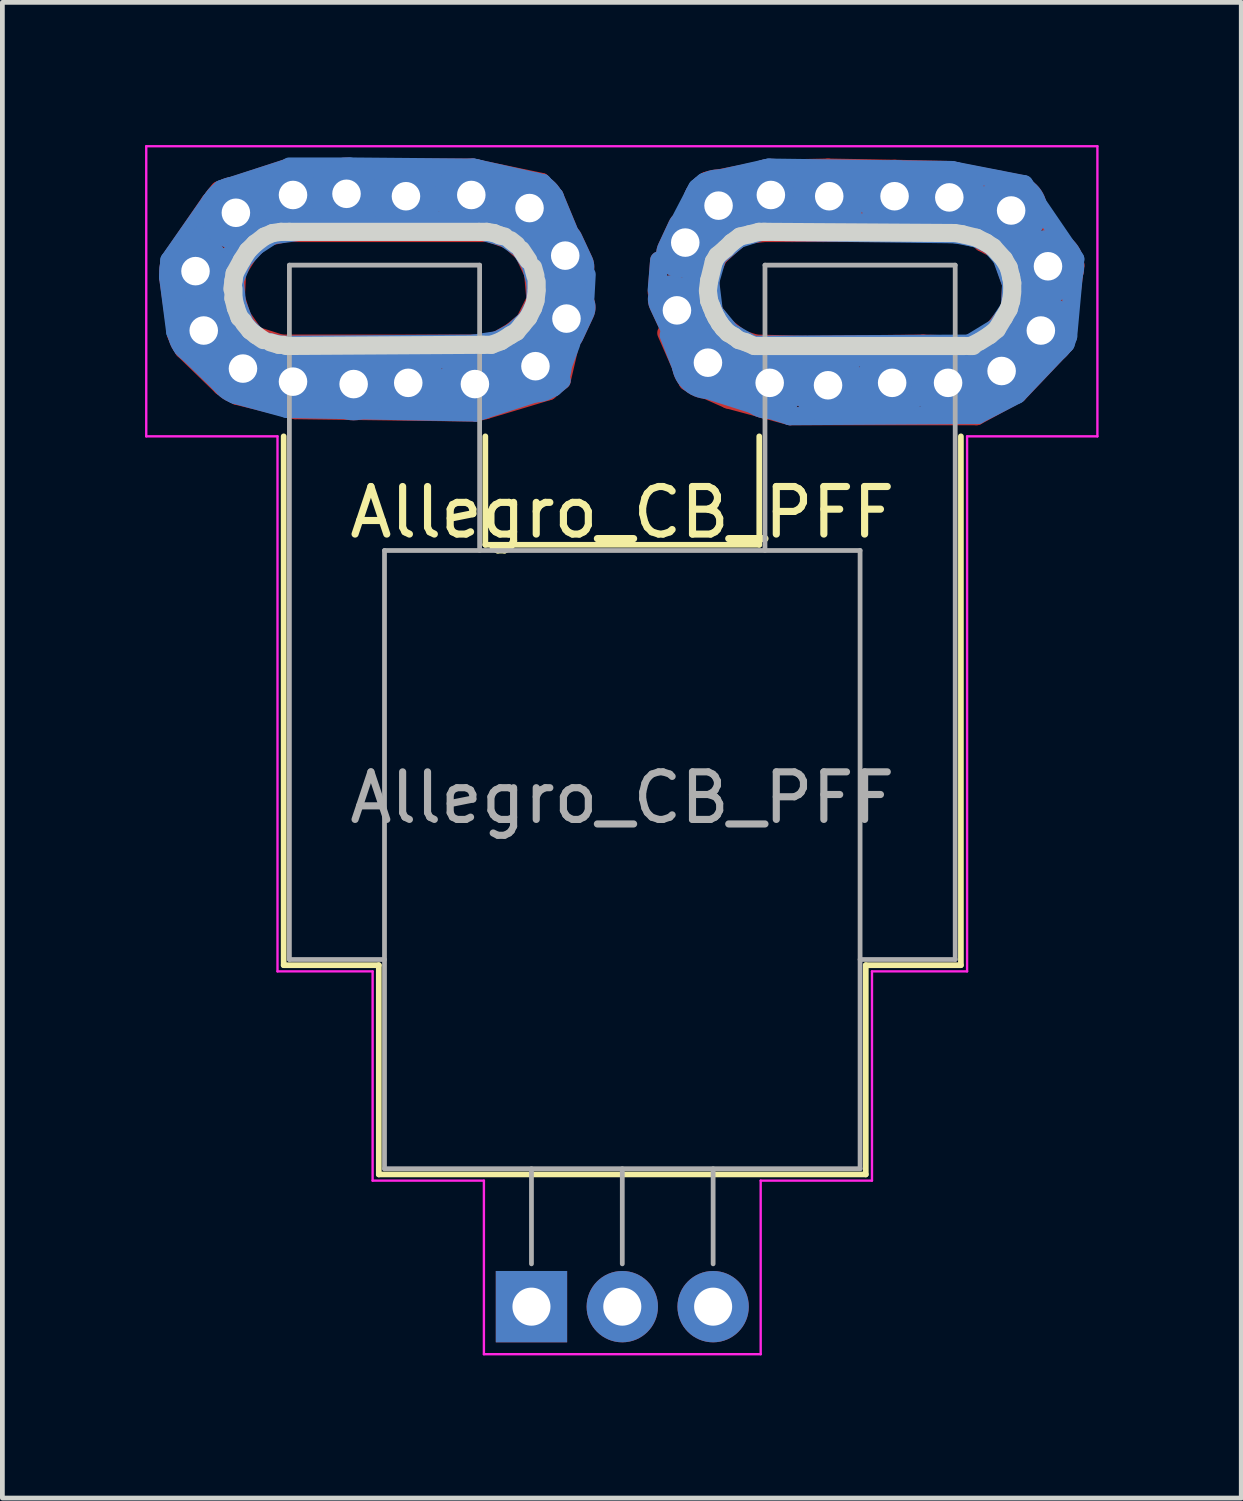
<source format=kicad_pcb>
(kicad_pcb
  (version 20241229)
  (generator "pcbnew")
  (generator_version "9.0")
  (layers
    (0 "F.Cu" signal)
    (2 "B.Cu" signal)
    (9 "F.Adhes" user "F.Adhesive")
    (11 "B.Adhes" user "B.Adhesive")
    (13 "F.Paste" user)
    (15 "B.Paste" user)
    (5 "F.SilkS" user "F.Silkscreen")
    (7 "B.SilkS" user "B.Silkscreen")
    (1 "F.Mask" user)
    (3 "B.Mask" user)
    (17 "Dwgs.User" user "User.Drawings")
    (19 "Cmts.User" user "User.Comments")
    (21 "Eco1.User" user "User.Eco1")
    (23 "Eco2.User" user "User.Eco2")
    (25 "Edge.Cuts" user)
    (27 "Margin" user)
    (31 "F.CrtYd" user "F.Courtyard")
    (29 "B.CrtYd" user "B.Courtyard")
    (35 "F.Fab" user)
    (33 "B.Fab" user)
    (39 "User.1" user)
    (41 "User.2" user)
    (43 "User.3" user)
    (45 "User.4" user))
  (footprint "Allegro_CB_PFF"
    (layer "F.Cu")
    (at 8.125 24.425)
    (property "Reference" "Allegro_CB_PFF" (at 1.91 -16.7 0) (layer "F.SilkS") (effects (font (size 1 1) (thickness 0.15))))
    (attr through_hole)
    (fp_line (start -7.64 -21.65) (end -7.59 -22.026) (stroke (width 0.381) (type solid)) (layer "F.Cu"))
    (fp_line (start -7.59 -22.026) (end -6.764 -23.225) (stroke (width 0.381) (type solid)) (layer "F.Cu"))
    (fp_line (start -7.465 -20.426) (end -7.64 -21.65) (stroke (width 0.381) (type solid)) (layer "F.Cu"))
    (fp_line (start -7.315 -20.126) (end -7.465 -20.426) (stroke (width 0.381) (type solid)) (layer "F.Cu"))
    (fp_line (start -6.815 -22.724) (end -6.99 -22.425) (stroke (width 0.381) (type solid)) (layer "F.Cu"))
    (fp_line (start -6.764 -23.225) (end -6.566 -23.476) (stroke (width 0.381) (type solid)) (layer "F.Cu"))
    (fp_line (start -6.566 -23.476) (end -5.116 -23.951) (stroke (width 0.381) (type solid)) (layer "F.Cu"))
    (fp_line (start -6.515 -19.351) (end -7.315 -20.126) (stroke (width 0.381) (type solid)) (layer "F.Cu"))
    (fp_line (start -6.439 -20.974) (end -5.69 -20.276) (stroke (width 0.381) (type solid)) (layer "F.Cu"))
    (fp_line (start -6.416 -22.074) (end -6.439 -20.974) (stroke (width 0.381) (type solid)) (layer "F.Cu"))
    (fp_line (start -6.215 -21.226) (end -6.19 -21.749) (stroke (width 0.381) (type solid)) (layer "F.Cu"))
    (fp_line (start -6.19 -21.749) (end -5.941 -22.15) (stroke (width 0.381) (type solid)) (layer "F.Cu"))
    (fp_line (start -6.19 -19.151) (end -6.515 -19.351) (stroke (width 0.381) (type solid)) (layer "F.Cu"))
    (fp_line (start -6.091 -20.824) (end -6.215 -21.226) (stroke (width 0.381) (type solid)) (layer "F.Cu"))
    (fp_line (start -5.941 -22.15) (end -5.616 -22.475) (stroke (width 0.381) (type solid)) (layer "F.Cu"))
    (fp_line (start -5.814 -20.426) (end -6.091 -20.824) (stroke (width 0.381) (type solid)) (layer "F.Cu"))
    (fp_line (start -5.69 -20.276) (end -5.039 -20.024) (stroke (width 0.381) (type solid)) (layer "F.Cu"))
    (fp_line (start -5.639 -20.324) (end -5.489 -20.276) (stroke (width 0.381) (type solid)) (layer "F.Cu"))
    (fp_line (start -5.616 -22.475) (end -5.164 -22.575) (stroke (width 0.381) (type solid)) (layer "F.Cu"))
    (fp_line (start -5.466 -22.826) (end -6.416 -22.074) (stroke (width 0.381) (type solid)) (layer "F.Cu"))
    (fp_line (start -5.266 -20.25) (end -5.814 -20.426) (stroke (width 0.381) (type solid)) (layer "F.Cu"))
    (fp_line (start -5.215 -22.575) (end -0.889 -22.575) (stroke (width 0.381) (type solid)) (layer "F.Cu"))
    (fp_line (start -5.215 -20.225) (end -5.09 -20.2) (stroke (width 0.381) (type solid)) (layer "F.Cu"))
    (fp_line (start -5.116 -23.951) (end -1.24 -23.951) (stroke (width 0.381) (type solid)) (layer "F.Cu"))
    (fp_line (start -5.039 -20.024) (end -1.59 -19.925) (stroke (width 0.381) (type solid)) (layer "F.Cu"))
    (fp_line (start -4.966 -18.851) (end -6.19 -19.151) (stroke (width 0.381) (type solid)) (layer "F.Cu"))
    (fp_line (start -3.439 -22.826) (end -5.466 -22.826) (stroke (width 0.381) (type solid)) (layer "F.Cu"))
    (fp_line (start -1.74 -23.776) (end -2.215 -23.776) (stroke (width 0.381) (type solid)) (layer "F.Cu"))
    (fp_line (start -1.74 -19.001) (end -1.989 -19.049) (stroke (width 0.381) (type solid)) (layer "F.Cu"))
    (fp_line (start -1.59 -19.925) (end -0.29 -20.2) (stroke (width 0.381) (type solid)) (layer "F.Cu"))
    (fp_line (start -1.24 -23.951) (end 0.211 -23.649) (stroke (width 0.381) (type solid)) (layer "F.Cu"))
    (fp_line (start -1.166 -18.8) (end -4.966 -18.851) (stroke (width 0.381) (type solid)) (layer "F.Cu"))
    (fp_line (start -1.039 -20.25) (end -5.266 -20.25) (stroke (width 0.381) (type solid)) (layer "F.Cu"))
    (fp_line (start -1.039 -20.225) (end -1.09 -20.225) (stroke (width 0.381) (type solid)) (layer "F.Cu"))
    (fp_line (start -0.965 -18.851) (end -1.166 -18.8) (stroke (width 0.381) (type solid)) (layer "F.Cu"))
    (fp_line (start -0.889 -22.575) (end -0.465 -22.425) (stroke (width 0.381) (type solid)) (layer "F.Cu"))
    (fp_line (start -0.714 -22.801) (end -3.439 -22.826) (stroke (width 0.381) (type solid)) (layer "F.Cu"))
    (fp_line (start -0.714 -20.324) (end -1.039 -20.25) (stroke (width 0.381) (type solid)) (layer "F.Cu"))
    (fp_line (start -0.465 -22.425) (end -0.165 -22.15) (stroke (width 0.381) (type solid)) (layer "F.Cu"))
    (fp_line (start -0.44 -22.425) (end -0.564 -22.501) (stroke (width 0.381) (type solid)) (layer "F.Cu"))
    (fp_line (start -0.414 -20.499) (end -0.714 -20.324) (stroke (width 0.381) (type solid)) (layer "F.Cu"))
    (fp_line (start -0.29 -20.2) (end 0.485 -21.376) (stroke (width 0.381) (type solid)) (layer "F.Cu"))
    (fp_line (start -0.216 -22.224) (end -0.315 -22.326) (stroke (width 0.381) (type solid)) (layer "F.Cu"))
    (fp_line (start -0.191 -22.526) (end -0.615 -22.775) (stroke (width 0.381) (type solid)) (layer "F.Cu"))
    (fp_line (start -0.165 -22.15) (end 0.035 -21.726) (stroke (width 0.381) (type solid)) (layer "F.Cu"))
    (fp_line (start -0.14 -20.725) (end -0.414 -20.499) (stroke (width 0.381) (type solid)) (layer "F.Cu"))
    (fp_line (start 0.035 -21.726) (end 0.084 -21.175) (stroke (width 0.381) (type solid)) (layer "F.Cu"))
    (fp_line (start 0.084 -21.175) (end -0.14 -20.725) (stroke (width 0.381) (type solid)) (layer "F.Cu"))
    (fp_line (start 0.109 -21.551) (end 0.084 -21.675) (stroke (width 0.381) (type solid)) (layer "F.Cu"))
    (fp_line (start 0.211 -23.649) (end 0.485 -23.349) (stroke (width 0.381) (type solid)) (layer "F.Cu"))
    (fp_line (start 0.361 -19.25) (end -0.965 -18.851) (stroke (width 0.381) (type solid)) (layer "F.Cu"))
    (fp_line (start 0.485 -23.349) (end 0.785 -22.625) (stroke (width 0.381) (type solid)) (layer "F.Cu"))
    (fp_line (start 0.485 -21.376) (end -0.191 -22.526) (stroke (width 0.381) (type solid)) (layer "F.Cu"))
    (fp_line (start 0.635 -19.476) (end 0.361 -19.25) (stroke (width 0.381) (type solid)) (layer "F.Cu"))
    (fp_line (start 0.81 -20.225) (end 0.635 -19.476) (stroke (width 0.381) (type solid)) (layer "F.Cu"))
    (fp_line (start 1.135 -21.701) (end 1.11 -21.249) (stroke (width 0.381) (type solid)) (layer "F.Cu"))
    (fp_line (start 2.685 -22) (end 2.634 -21.325) (stroke (width 0.381) (type solid)) (layer "F.Cu"))
    (fp_line (start 2.835 -20.474) (end 3.284 -19.45) (stroke (width 0.381) (type solid)) (layer "F.Cu"))
    (fp_line (start 3.284 -19.45) (end 4.135 -19.074) (stroke (width 0.381) (type solid)) (layer "F.Cu"))
    (fp_line (start 3.386 -21.574) (end 3.711 -20.576) (stroke (width 0.381) (type solid)) (layer "F.Cu"))
    (fp_line (start 3.685 -23.674) (end 3.185 -22.9) (stroke (width 0.381) (type solid)) (layer "F.Cu"))
    (fp_line (start 3.711 -20.576) (end 4.534 -20.024) (stroke (width 0.381) (type solid)) (layer "F.Cu"))
    (fp_line (start 3.759 -21.701) (end 3.759 -21.325) (stroke (width 0.381) (type solid)) (layer "F.Cu"))
    (fp_line (start 3.759 -21.325) (end 3.835 -20.926) (stroke (width 0.381) (type solid)) (layer "F.Cu"))
    (fp_line (start 3.835 -22.351) (end 3.386 -21.574) (stroke (width 0.381) (type solid)) (layer "F.Cu"))
    (fp_line (start 3.835 -20.926) (end 4.059 -20.624) (stroke (width 0.381) (type solid)) (layer "F.Cu"))
    (fp_line (start 3.934 -22.074) (end 3.759 -21.701) (stroke (width 0.381) (type solid)) (layer "F.Cu"))
    (fp_line (start 4.059 -20.624) (end 4.409 -20.349) (stroke (width 0.381) (type solid)) (layer "F.Cu"))
    (fp_line (start 4.135 -19.074) (end 5.436 -18.724) (stroke (width 0.381) (type solid)) (layer "F.Cu"))
    (fp_line (start 4.234 -22.351) (end 3.934 -22.074) (stroke (width 0.381) (type solid)) (layer "F.Cu"))
    (fp_line (start 4.409 -20.349) (end 4.709 -20.25) (stroke (width 0.381) (type solid)) (layer "F.Cu"))
    (fp_line (start 4.46 -22.526) (end 4.234 -22.351) (stroke (width 0.381) (type solid)) (layer "F.Cu"))
    (fp_line (start 4.534 -20.024) (end 5.959 -19.999) (stroke (width 0.381) (type solid)) (layer "F.Cu"))
    (fp_line (start 4.585 -19.151) (end 4.011 -19.326) (stroke (width 0.381) (type solid)) (layer "F.Cu"))
    (fp_line (start 4.661 -22.775) (end 3.835 -22.351) (stroke (width 0.381) (type solid)) (layer "F.Cu"))
    (fp_line (start 4.709 -20.25) (end 5.761 -20.225) (stroke (width 0.381) (type solid)) (layer "F.Cu"))
    (fp_line (start 4.884 -22.575) (end 4.46 -22.526) (stroke (width 0.381) (type solid)) (layer "F.Cu"))
    (fp_line (start 4.961 -23.926) (end 3.685 -23.674) (stroke (width 0.381) (type solid)) (layer "F.Cu"))
    (fp_line (start 5.436 -18.724) (end 9.36 -18.724) (stroke (width 0.381) (type solid)) (layer "F.Cu"))
    (fp_line (start 5.484 -22.575) (end 4.884 -22.575) (stroke (width 0.381) (type solid)) (layer "F.Cu"))
    (fp_line (start 5.636 -22.75) (end 4.661 -22.775) (stroke (width 0.381) (type solid)) (layer "F.Cu"))
    (fp_line (start 5.761 -20.225) (end 8.235 -20.25) (stroke (width 0.381) (type solid)) (layer "F.Cu"))
    (fp_line (start 5.959 -19.999) (end 7.234 -19.951) (stroke (width 0.381) (type solid)) (layer "F.Cu"))
    (fp_line (start 6.134 -22.575) (end 5.484 -22.575) (stroke (width 0.381) (type solid)) (layer "F.Cu"))
    (fp_line (start 6.236 -23.951) (end 4.961 -23.926) (stroke (width 0.381) (type solid)) (layer "F.Cu"))
    (fp_line (start 6.609 -23.725) (end 7.31 -23.725) (stroke (width 0.381) (type solid)) (layer "F.Cu"))
    (fp_line (start 6.886 -22.826) (end 5.636 -22.75) (stroke (width 0.381) (type solid)) (layer "F.Cu"))
    (fp_line (start 7.211 -22.575) (end 6.134 -22.575) (stroke (width 0.381) (type solid)) (layer "F.Cu"))
    (fp_line (start 7.211 -18.899) (end 6.561 -18.925) (stroke (width 0.381) (type solid)) (layer "F.Cu"))
    (fp_line (start 7.234 -19.951) (end 9.309 -20.024) (stroke (width 0.381) (type solid)) (layer "F.Cu"))
    (fp_line (start 7.361 -22.724) (end 6.886 -22.826) (stroke (width 0.381) (type solid)) (layer "F.Cu"))
    (fp_line (start 7.635 -23.926) (end 6.236 -23.951) (stroke (width 0.381) (type solid)) (layer "F.Cu"))
    (fp_line (start 8.034 -22.575) (end 7.211 -22.575) (stroke (width 0.381) (type solid)) (layer "F.Cu"))
    (fp_line (start 8.235 -20.25) (end 9.159 -20.225) (stroke (width 0.381) (type solid)) (layer "F.Cu"))
    (fp_line (start 8.786 -23.9) (end 7.635 -23.926) (stroke (width 0.381) (type solid)) (layer "F.Cu"))
    (fp_line (start 9.159 -20.225) (end 9.66 -20.474) (stroke (width 0.381) (type solid)) (layer "F.Cu"))
    (fp_line (start 9.309 -20.024) (end 10.061 -20.474) (stroke (width 0.381) (type solid)) (layer "F.Cu"))
    (fp_line (start 9.36 -22.676) (end 7.361 -22.724) (stroke (width 0.381) (type solid)) (layer "F.Cu"))
    (fp_line (start 9.36 -18.724) (end 10.236 -19.199) (stroke (width 0.381) (type solid)) (layer "F.Cu"))
    (fp_line (start 9.484 -22.374) (end 9.36 -22.676) (stroke (width 0.381) (type solid)) (layer "F.Cu"))
    (fp_line (start 9.51 -22.625) (end 9.411 -22.6) (stroke (width 0.381) (type solid)) (layer "F.Cu"))
    (fp_line (start 9.634 -19.049) (end 9.035 -18.876) (stroke (width 0.381) (type solid)) (layer "F.Cu"))
    (fp_line (start 9.66 -20.474) (end 10.061 -20.974) (stroke (width 0.381) (type solid)) (layer "F.Cu"))
    (fp_line (start 9.86 -22.176) (end 9.484 -22.374) (stroke (width 0.381) (type solid)) (layer "F.Cu"))
    (fp_line (start 10.061 -20.974) (end 10.086 -21.5) (stroke (width 0.381) (type solid)) (layer "F.Cu"))
    (fp_line (start 10.061 -20.474) (end 10.409 -21.226) (stroke (width 0.381) (type solid)) (layer "F.Cu"))
    (fp_line (start 10.086 -22.224) (end 9.51 -22.625) (stroke (width 0.381) (type solid)) (layer "F.Cu"))
    (fp_line (start 10.086 -21.5) (end 9.86 -22.176) (stroke (width 0.381) (type solid)) (layer "F.Cu"))
    (fp_line (start 10.236 -19.199) (end 11.209 -20.225) (stroke (width 0.381) (type solid)) (layer "F.Cu"))
    (fp_line (start 10.335 -23.601) (end 8.786 -23.9) (stroke (width 0.381) (type solid)) (layer "F.Cu"))
    (fp_line (start 10.409 -21.226) (end 10.086 -22.224) (stroke (width 0.381) (type solid)) (layer "F.Cu"))
    (fp_line (start 10.51 -23.375) (end 10.335 -23.601) (stroke (width 0.381) (type solid)) (layer "F.Cu"))
    (fp_line (start 11.209 -20.225) (end 11.435 -21.899) (stroke (width 0.381) (type solid)) (layer "F.Cu"))
    (fp_line (start 11.435 -21.899) (end 10.51 -23.375) (stroke (width 0.381) (type solid)) (layer "F.Cu"))
    (fp_line (start -7.64 -21.65) (end -7.615 -22) (stroke (width 0.381) (type solid)) (layer "B.Cu"))
    (fp_line (start -7.615 -22) (end -6.741 -23.25) (stroke (width 0.381) (type solid)) (layer "B.Cu"))
    (fp_line (start -7.491 -20.499) (end -7.64 -21.65) (stroke (width 0.381) (type solid)) (layer "B.Cu"))
    (fp_line (start -7.341 -20.174) (end -7.491 -20.499) (stroke (width 0.381) (type solid)) (layer "B.Cu"))
    (fp_line (start -6.99 -22.425) (end -6.79 -22.724) (stroke (width 0.381) (type solid)) (layer "B.Cu"))
    (fp_line (start -6.741 -23.25) (end -6.515 -23.499) (stroke (width 0.381) (type solid)) (layer "B.Cu"))
    (fp_line (start -6.566 -19.425) (end -7.341 -20.174) (stroke (width 0.381) (type solid)) (layer "B.Cu"))
    (fp_line (start -6.515 -23.499) (end -5.116 -23.951) (stroke (width 0.381) (type solid)) (layer "B.Cu"))
    (fp_line (start -6.464 -21.025) (end -6.391 -22.074) (stroke (width 0.381) (type solid)) (layer "B.Cu"))
    (fp_line (start -6.391 -22.074) (end -5.514 -22.826) (stroke (width 0.381) (type solid)) (layer "B.Cu"))
    (fp_line (start -6.241 -21.574) (end -6.066 -22) (stroke (width 0.381) (type solid)) (layer "B.Cu"))
    (fp_line (start -6.241 -19.176) (end -6.566 -19.425) (stroke (width 0.381) (type solid)) (layer "B.Cu"))
    (fp_line (start -6.19 -21.099) (end -6.241 -21.574) (stroke (width 0.381) (type solid)) (layer "B.Cu"))
    (fp_line (start -6.19 -20.725) (end -6.464 -21.025) (stroke (width 0.381) (type solid)) (layer "B.Cu"))
    (fp_line (start -6.066 -22) (end -5.789 -22.3) (stroke (width 0.381) (type solid)) (layer "B.Cu"))
    (fp_line (start -6.015 -20.649) (end -6.19 -21.099) (stroke (width 0.381) (type solid)) (layer "B.Cu"))
    (fp_line (start -5.789 -22.3) (end -5.441 -22.526) (stroke (width 0.381) (type solid)) (layer "B.Cu"))
    (fp_line (start -5.69 -20.324) (end -6.015 -20.649) (stroke (width 0.381) (type solid)) (layer "B.Cu"))
    (fp_line (start -5.591 -20.25) (end -6.19 -20.725) (stroke (width 0.381) (type solid)) (layer "B.Cu"))
    (fp_line (start -5.514 -22.826) (end -4.341 -22.826) (stroke (width 0.381) (type solid)) (layer "B.Cu"))
    (fp_line (start -5.441 -22.526) (end -4.89 -22.6) (stroke (width 0.381) (type solid)) (layer "B.Cu"))
    (fp_line (start -5.365 -22.775) (end -4.041 -22.801) (stroke (width 0.381) (type solid)) (layer "B.Cu"))
    (fp_line (start -5.266 -20.225) (end -5.69 -20.324) (stroke (width 0.381) (type solid)) (layer "B.Cu"))
    (fp_line (start -5.189 -22.6) (end -1.016 -22.6) (stroke (width 0.381) (type solid)) (layer "B.Cu"))
    (fp_line (start -5.141 -18.876) (end -6.241 -19.176) (stroke (width 0.381) (type solid)) (layer "B.Cu"))
    (fp_line (start -5.09 -23.974) (end -3.815 -23.974) (stroke (width 0.381) (type solid)) (layer "B.Cu"))
    (fp_line (start -4.94 -20.024) (end -5.591 -20.25) (stroke (width 0.381) (type solid)) (layer "B.Cu"))
    (fp_line (start -4.89 -22.6) (end -4.915 -22.6) (stroke (width 0.381) (type solid)) (layer "B.Cu"))
    (fp_line (start -4.041 -22.801) (end -1.514 -22.849) (stroke (width 0.381) (type solid)) (layer "B.Cu"))
    (fp_line (start -3.815 -23.974) (end -1.214 -23.951) (stroke (width 0.381) (type solid)) (layer "B.Cu"))
    (fp_line (start -2.24 -23.776) (end -1.689 -23.776) (stroke (width 0.381) (type solid)) (layer "B.Cu"))
    (fp_line (start -2.04 -19.9) (end -4.94 -20.024) (stroke (width 0.381) (type solid)) (layer "B.Cu"))
    (fp_line (start -1.989 -19.049) (end -1.715 -19.001) (stroke (width 0.381) (type solid)) (layer "B.Cu"))
    (fp_line (start -1.514 -22.849) (end -0.564 -22.75) (stroke (width 0.381) (type solid)) (layer "B.Cu"))
    (fp_line (start -1.214 -23.951) (end 0.236 -23.626) (stroke (width 0.381) (type solid)) (layer "B.Cu"))
    (fp_line (start -1.214 -20.25) (end -5.266 -20.225) (stroke (width 0.381) (type solid)) (layer "B.Cu"))
    (fp_line (start -1.166 -18.8) (end -5.141 -18.876) (stroke (width 0.381) (type solid)) (layer "B.Cu"))
    (fp_line (start -1.016 -22.6) (end -0.564 -22.475) (stroke (width 0.381) (type solid)) (layer "B.Cu"))
    (fp_line (start -1.016 -18.851) (end -1.166 -18.8) (stroke (width 0.381) (type solid)) (layer "B.Cu"))
    (fp_line (start -0.714 -20.324) (end -1.214 -20.25) (stroke (width 0.381) (type solid)) (layer "B.Cu"))
    (fp_line (start -0.564 -22.75) (end -0.089 -22.351) (stroke (width 0.381) (type solid)) (layer "B.Cu"))
    (fp_line (start -0.564 -22.475) (end -0.239 -22.249) (stroke (width 0.381) (type solid)) (layer "B.Cu"))
    (fp_line (start -0.414 -20.126) (end -2.04 -19.9) (stroke (width 0.381) (type solid)) (layer "B.Cu"))
    (fp_line (start -0.391 -20.499) (end -0.714 -20.324) (stroke (width 0.381) (type solid)) (layer "B.Cu"))
    (fp_line (start -0.239 -22.249) (end -0.015 -21.899) (stroke (width 0.381) (type solid)) (layer "B.Cu"))
    (fp_line (start -0.089 -22.351) (end 0.434 -21.551) (stroke (width 0.381) (type solid)) (layer "B.Cu"))
    (fp_line (start -0.089 -20.776) (end -0.391 -20.499) (stroke (width 0.381) (type solid)) (layer "B.Cu"))
    (fp_line (start -0.015 -21.899) (end 0.084 -21.525) (stroke (width 0.381) (type solid)) (layer "B.Cu"))
    (fp_line (start -0.015 -20.576) (end -0.414 -20.126) (stroke (width 0.381) (type solid)) (layer "B.Cu"))
    (fp_line (start 0.035 -21.851) (end -0.066 -22) (stroke (width 0.381) (type solid)) (layer "B.Cu"))
    (fp_line (start 0.084 -21.525) (end 0.084 -21.124) (stroke (width 0.381) (type solid)) (layer "B.Cu"))
    (fp_line (start 0.084 -21.124) (end -0.089 -20.776) (stroke (width 0.381) (type solid)) (layer "B.Cu"))
    (fp_line (start 0.236 -23.626) (end 0.485 -23.349) (stroke (width 0.381) (type solid)) (layer "B.Cu"))
    (fp_line (start 0.434 -21.551) (end -0.015 -20.576) (stroke (width 0.381) (type solid)) (layer "B.Cu"))
    (fp_line (start 0.46 -19.326) (end -1.016 -18.851) (stroke (width 0.381) (type solid)) (layer "B.Cu"))
    (fp_line (start 0.485 -23.349) (end 0.785 -22.625) (stroke (width 0.381) (type solid)) (layer "B.Cu"))
    (fp_line (start 0.584 -19.575) (end 0.836 -20.25) (stroke (width 0.381) (type solid)) (layer "B.Cu"))
    (fp_line (start 0.635 -19.476) (end 0.46 -19.326) (stroke (width 0.381) (type solid)) (layer "B.Cu"))
    (fp_line (start 1.161 -21.701) (end 1.135 -21.226) (stroke (width 0.381) (type solid)) (layer "B.Cu"))
    (fp_line (start 2.634 -21.376) (end 2.685 -22) (stroke (width 0.381) (type solid)) (layer "B.Cu"))
    (fp_line (start 3.16 -22.9) (end 3.485 -23.524) (stroke (width 0.381) (type solid)) (layer "B.Cu"))
    (fp_line (start 3.21 -19.6) (end 2.885 -20.426) (stroke (width 0.381) (type solid)) (layer "B.Cu"))
    (fp_line (start 3.36 -21.599) (end 3.861 -22.374) (stroke (width 0.381) (type solid)) (layer "B.Cu"))
    (fp_line (start 3.459 -19.351) (end 3.21 -19.6) (stroke (width 0.381) (type solid)) (layer "B.Cu"))
    (fp_line (start 3.485 -23.524) (end 3.635 -23.649) (stroke (width 0.381) (type solid)) (layer "B.Cu"))
    (fp_line (start 3.635 -23.649) (end 4.986 -23.951) (stroke (width 0.381) (type solid)) (layer "B.Cu"))
    (fp_line (start 3.66 -20.624) (end 3.36 -21.599) (stroke (width 0.381) (type solid)) (layer "B.Cu"))
    (fp_line (start 3.759 -21.551) (end 3.909 -22.074) (stroke (width 0.381) (type solid)) (layer "B.Cu"))
    (fp_line (start 3.835 -20.926) (end 3.759 -21.551) (stroke (width 0.381) (type solid)) (layer "B.Cu"))
    (fp_line (start 3.861 -22.374) (end 4.686 -22.849) (stroke (width 0.381) (type solid)) (layer "B.Cu"))
    (fp_line (start 3.909 -22.074) (end 4.361 -22.45) (stroke (width 0.381) (type solid)) (layer "B.Cu"))
    (fp_line (start 4.011 -19.326) (end 4.511 -19.151) (stroke (width 0.381) (type solid)) (layer "B.Cu"))
    (fp_line (start 4.186 -20.499) (end 3.835 -20.926) (stroke (width 0.381) (type solid)) (layer "B.Cu"))
    (fp_line (start 4.361 -22.45) (end 4.91 -22.625) (stroke (width 0.381) (type solid)) (layer "B.Cu"))
    (fp_line (start 4.534 -20.024) (end 3.66 -20.624) (stroke (width 0.381) (type solid)) (layer "B.Cu"))
    (fp_line (start 4.661 -20.225) (end 4.186 -20.499) (stroke (width 0.381) (type solid)) (layer "B.Cu"))
    (fp_line (start 4.686 -22.849) (end 9.134 -22.75) (stroke (width 0.381) (type solid)) (layer "B.Cu"))
    (fp_line (start 4.91 -22.6) (end 8.91 -22.549) (stroke (width 0.381) (type solid)) (layer "B.Cu"))
    (fp_line (start 4.986 -23.951) (end 8.834 -23.9) (stroke (width 0.381) (type solid)) (layer "B.Cu"))
    (fp_line (start 5.436 -18.724) (end 3.459 -19.351) (stroke (width 0.381) (type solid)) (layer "B.Cu"))
    (fp_line (start 6.51 -19.951) (end 4.534 -20.024) (stroke (width 0.381) (type solid)) (layer "B.Cu"))
    (fp_line (start 6.561 -18.925) (end 7.211 -18.899) (stroke (width 0.381) (type solid)) (layer "B.Cu"))
    (fp_line (start 7.31 -23.723) (end 6.584 -23.723) (stroke (width 0.381) (type solid)) (layer "B.Cu"))
    (fp_line (start 8.085 -19.976) (end 6.51 -19.951) (stroke (width 0.381) (type solid)) (layer "B.Cu"))
    (fp_line (start 8.834 -23.9) (end 10.361 -23.601) (stroke (width 0.381) (type solid)) (layer "B.Cu"))
    (fp_line (start 8.91 -22.549) (end 9.56 -22.425) (stroke (width 0.381) (type solid)) (layer "B.Cu"))
    (fp_line (start 9.009 -22.549) (end 8.034 -22.575) (stroke (width 0.381) (type solid)) (layer "B.Cu"))
    (fp_line (start 9.035 -18.876) (end 9.634 -19.049) (stroke (width 0.381) (type solid)) (layer "B.Cu"))
    (fp_line (start 9.134 -22.75) (end 10.135 -22.3) (stroke (width 0.381) (type solid)) (layer "B.Cu"))
    (fp_line (start 9.21 -20.25) (end 4.661 -20.225) (stroke (width 0.381) (type solid)) (layer "B.Cu"))
    (fp_line (start 9.385 -22.45) (end 9.009 -22.549) (stroke (width 0.381) (type solid)) (layer "B.Cu"))
    (fp_line (start 9.385 -18.749) (end 5.436 -18.724) (stroke (width 0.381) (type solid)) (layer "B.Cu"))
    (fp_line (start 9.51 -20.126) (end 8.085 -19.976) (stroke (width 0.381) (type solid)) (layer "B.Cu"))
    (fp_line (start 9.56 -22.425) (end 9.886 -22.051) (stroke (width 0.381) (type solid)) (layer "B.Cu"))
    (fp_line (start 9.685 -22.3) (end 9.385 -22.45) (stroke (width 0.381) (type solid)) (layer "B.Cu"))
    (fp_line (start 9.784 -20.601) (end 9.21 -20.25) (stroke (width 0.381) (type solid)) (layer "B.Cu"))
    (fp_line (start 9.886 -22.1) (end 9.685 -22.3) (stroke (width 0.381) (type solid)) (layer "B.Cu"))
    (fp_line (start 9.886 -22.051) (end 10.086 -21.5) (stroke (width 0.381) (type solid)) (layer "B.Cu"))
    (fp_line (start 10.061 -21.025) (end 9.784 -20.601) (stroke (width 0.381) (type solid)) (layer "B.Cu"))
    (fp_line (start 10.086 -21.701) (end 9.886 -22.1) (stroke (width 0.381) (type solid)) (layer "B.Cu"))
    (fp_line (start 10.086 -21.5) (end 10.061 -21.025) (stroke (width 0.381) (type solid)) (layer "B.Cu"))
    (fp_line (start 10.109 -20.55) (end 9.51 -20.126) (stroke (width 0.381) (type solid)) (layer "B.Cu"))
    (fp_line (start 10.135 -22.3) (end 10.361 -21.2) (stroke (width 0.381) (type solid)) (layer "B.Cu"))
    (fp_line (start 10.211 -19.176) (end 9.385 -18.749) (stroke (width 0.381) (type solid)) (layer "B.Cu"))
    (fp_line (start 10.361 -23.601) (end 11.435 -22.026) (stroke (width 0.381) (type solid)) (layer "B.Cu"))
    (fp_line (start 10.361 -21.2) (end 10.109 -20.55) (stroke (width 0.381) (type solid)) (layer "B.Cu"))
    (fp_line (start 11.234 -20.25) (end 10.211 -19.176) (stroke (width 0.381) (type solid)) (layer "B.Cu"))
    (fp_line (start 11.285 -20.4) (end 11.234 -20.25) (stroke (width 0.381) (type solid)) (layer "B.Cu"))
    (fp_line (start 11.435 -22.026) (end 11.285 -20.4) (stroke (width 0.381) (type solid)) (layer "B.Cu"))
    (fp_line (start -5.21 -7.18) (end -5.21 -18.3) (stroke (width 0.12) (type solid)) (layer "F.SilkS"))
    (fp_line (start -3.21 -7.18) (end -5.21 -7.18) (stroke (width 0.12) (type solid)) (layer "F.SilkS"))
    (fp_line (start -3.21 -2.78) (end -3.21 -7.18) (stroke (width 0.12) (type solid)) (layer "F.SilkS"))
    (fp_line (start -0.97 -16.02) (end -0.97 -18.3) (stroke (width 0.12) (type solid)) (layer "F.SilkS"))
    (fp_line (start -0.97 -16.02) (end 4.79 -16.02) (stroke (width 0.12) (type solid)) (layer "F.SilkS"))
    (fp_line (start 4.79 -16.02) (end 4.79 -18.3) (stroke (width 0.12) (type solid)) (layer "F.SilkS"))
    (fp_line (start 7.03 -7.18) (end 9.03 -7.18) (stroke (width 0.12) (type solid)) (layer "F.SilkS"))
    (fp_line (start 7.03 -2.78) (end -3.21 -2.78) (stroke (width 0.12) (type solid)) (layer "F.SilkS"))
    (fp_line (start 7.03 -2.78) (end 7.03 -7.18) (stroke (width 0.12) (type solid)) (layer "F.SilkS"))
    (fp_line (start 9.03 -7.18) (end 9.03 -18.3) (stroke (width 0.12) (type solid)) (layer "F.SilkS"))
    (fp_line (start -6.289 -21.401) (end -6.266 -21.574) (stroke (width 0.381) (type solid)) (layer "Edge.Cuts"))
    (fp_line (start -6.266 -21.574) (end -6.241 -21.726) (stroke (width 0.381) (type solid)) (layer "Edge.Cuts"))
    (fp_line (start -6.266 -21.401) (end -6.266 -21.2) (stroke (width 0.381) (type solid)) (layer "Edge.Cuts"))
    (fp_line (start -6.266 -21.2) (end -6.215 -21) (stroke (width 0.381) (type solid)) (layer "Edge.Cuts"))
    (fp_line (start -6.241 -21.726) (end -6.091 -22) (stroke (width 0.381) (type solid)) (layer "Edge.Cuts"))
    (fp_line (start -6.215 -21) (end -6.139 -20.799) (stroke (width 0.381) (type solid)) (layer "Edge.Cuts"))
    (fp_line (start -6.139 -20.799) (end -6.066 -20.725) (stroke (width 0.381) (type solid)) (layer "Edge.Cuts"))
    (fp_line (start -6.091 -22) (end -5.964 -22.201) (stroke (width 0.381) (type solid)) (layer "Edge.Cuts"))
    (fp_line (start -6.04 -20.675) (end -5.916 -20.525) (stroke (width 0.381) (type solid)) (layer "Edge.Cuts"))
    (fp_line (start -5.964 -22.201) (end -5.814 -22.351) (stroke (width 0.381) (type solid)) (layer "Edge.Cuts"))
    (fp_line (start -5.916 -20.525) (end -5.789 -20.426) (stroke (width 0.381) (type solid)) (layer "Edge.Cuts"))
    (fp_line (start -5.814 -22.351) (end -5.616 -22.501) (stroke (width 0.381) (type solid)) (layer "Edge.Cuts"))
    (fp_line (start -5.789 -20.426) (end -5.639 -20.324) (stroke (width 0.381) (type solid)) (layer "Edge.Cuts"))
    (fp_line (start -5.616 -22.501) (end -5.441 -22.575) (stroke (width 0.381) (type solid)) (layer "Edge.Cuts"))
    (fp_line (start -5.489 -20.276) (end -5.314 -20.225) (stroke (width 0.381) (type solid)) (layer "Edge.Cuts"))
    (fp_line (start -5.441 -22.575) (end -5.266 -22.6) (stroke (width 0.381) (type solid)) (layer "Edge.Cuts"))
    (fp_line (start -5.314 -20.225) (end -5.215 -20.225) (stroke (width 0.381) (type solid)) (layer "Edge.Cuts"))
    (fp_line (start -5.266 -22.6) (end -5.09 -22.6) (stroke (width 0.381) (type solid)) (layer "Edge.Cuts"))
    (fp_line (start -1.115 -22.6) (end -5.09 -22.6) (stroke (width 0.381) (type solid)) (layer "Edge.Cuts"))
    (fp_line (start -1.016 -20.225) (end -5.164 -20.2) (stroke (width 0.381) (type solid)) (layer "Edge.Cuts"))
    (fp_line (start -0.94 -22.6) (end -1.09 -22.6) (stroke (width 0.381) (type solid)) (layer "Edge.Cuts"))
    (fp_line (start -0.841 -20.225) (end -1.039 -20.225) (stroke (width 0.381) (type solid)) (layer "Edge.Cuts"))
    (fp_line (start -0.79 -22.575) (end -0.94 -22.6) (stroke (width 0.381) (type solid)) (layer "Edge.Cuts"))
    (fp_line (start -0.666 -22.526) (end -0.79 -22.575) (stroke (width 0.381) (type solid)) (layer "Edge.Cuts"))
    (fp_line (start -0.64 -20.301) (end -0.841 -20.225) (stroke (width 0.381) (type solid)) (layer "Edge.Cuts"))
    (fp_line (start -0.564 -22.501) (end -0.666 -22.526) (stroke (width 0.381) (type solid)) (layer "Edge.Cuts"))
    (fp_line (start -0.44 -20.426) (end -0.64 -20.301) (stroke (width 0.381) (type solid)) (layer "Edge.Cuts"))
    (fp_line (start -0.315 -22.326) (end -0.44 -22.425) (stroke (width 0.381) (type solid)) (layer "Edge.Cuts"))
    (fp_line (start -0.315 -20.499) (end -0.44 -20.426) (stroke (width 0.381) (type solid)) (layer "Edge.Cuts"))
    (fp_line (start -0.191 -20.649) (end -0.315 -20.499) (stroke (width 0.381) (type solid)) (layer "Edge.Cuts"))
    (fp_line (start -0.066 -22) (end -0.216 -22.224) (stroke (width 0.381) (type solid)) (layer "Edge.Cuts"))
    (fp_line (start -0.066 -20.799) (end -0.191 -20.649) (stroke (width 0.381) (type solid)) (layer "Edge.Cuts"))
    (fp_line (start 0.035 -21) (end -0.066 -20.799) (stroke (width 0.381) (type solid)) (layer "Edge.Cuts"))
    (fp_line (start 0.084 -21.675) (end 0.035 -21.851) (stroke (width 0.381) (type solid)) (layer "Edge.Cuts"))
    (fp_line (start 0.084 -21.15) (end 0.035 -21) (stroke (width 0.381) (type solid)) (layer "Edge.Cuts"))
    (fp_line (start 0.109 -21.401) (end 0.109 -21.551) (stroke (width 0.381) (type solid)) (layer "Edge.Cuts"))
    (fp_line (start 0.109 -21.35) (end 0.084 -21.15) (stroke (width 0.381) (type solid)) (layer "Edge.Cuts"))
    (fp_line (start 3.711 -21.376) (end 3.736 -21.574) (stroke (width 0.381) (type solid)) (layer "Edge.Cuts"))
    (fp_line (start 3.711 -21.35) (end 3.736 -21.15) (stroke (width 0.381) (type solid)) (layer "Edge.Cuts"))
    (fp_line (start 3.736 -21.574) (end 3.835 -21.975) (stroke (width 0.381) (type solid)) (layer "Edge.Cuts"))
    (fp_line (start 3.736 -21.15) (end 3.785 -21.025) (stroke (width 0.381) (type solid)) (layer "Edge.Cuts"))
    (fp_line (start 3.785 -21.025) (end 3.835 -20.901) (stroke (width 0.381) (type solid)) (layer "Edge.Cuts"))
    (fp_line (start 3.835 -21.975) (end 3.909 -22.1) (stroke (width 0.381) (type solid)) (layer "Edge.Cuts"))
    (fp_line (start 3.835 -20.901) (end 3.886 -20.799) (stroke (width 0.381) (type solid)) (layer "Edge.Cuts"))
    (fp_line (start 3.886 -20.799) (end 3.96 -20.675) (stroke (width 0.381) (type solid)) (layer "Edge.Cuts"))
    (fp_line (start 3.909 -22.1) (end 4.084 -22.249) (stroke (width 0.381) (type solid)) (layer "Edge.Cuts"))
    (fp_line (start 3.96 -20.675) (end 4.036 -20.576) (stroke (width 0.381) (type solid)) (layer "Edge.Cuts"))
    (fp_line (start 4.036 -20.576) (end 4.135 -20.474) (stroke (width 0.381) (type solid)) (layer "Edge.Cuts"))
    (fp_line (start 4.084 -22.249) (end 4.211 -22.374) (stroke (width 0.381) (type solid)) (layer "Edge.Cuts"))
    (fp_line (start 4.135 -20.474) (end 4.26 -20.4) (stroke (width 0.381) (type solid)) (layer "Edge.Cuts"))
    (fp_line (start 4.211 -22.374) (end 4.384 -22.501) (stroke (width 0.381) (type solid)) (layer "Edge.Cuts"))
    (fp_line (start 4.26 -20.4) (end 4.361 -20.324) (stroke (width 0.381) (type solid)) (layer "Edge.Cuts"))
    (fp_line (start 4.361 -20.324) (end 4.511 -20.276) (stroke (width 0.381) (type solid)) (layer "Edge.Cuts"))
    (fp_line (start 4.384 -22.501) (end 4.585 -22.549) (stroke (width 0.381) (type solid)) (layer "Edge.Cuts"))
    (fp_line (start 4.511 -20.276) (end 4.686 -20.2) (stroke (width 0.381) (type solid)) (layer "Edge.Cuts"))
    (fp_line (start 4.585 -22.549) (end 4.785 -22.6) (stroke (width 0.381) (type solid)) (layer "Edge.Cuts"))
    (fp_line (start 4.686 -20.2) (end 4.76 -20.2) (stroke (width 0.381) (type solid)) (layer "Edge.Cuts"))
    (fp_line (start 4.76 -20.2) (end 4.935 -20.2) (stroke (width 0.381) (type solid)) (layer "Edge.Cuts"))
    (fp_line (start 4.785 -22.6) (end 4.91 -22.6) (stroke (width 0.381) (type solid)) (layer "Edge.Cuts"))
    (fp_line (start 4.935 -20.2) (end 8.936 -20.2) (stroke (width 0.381) (type solid)) (layer "Edge.Cuts"))
    (fp_line (start 8.885 -22.575) (end 4.884 -22.6) (stroke (width 0.381) (type solid)) (layer "Edge.Cuts"))
    (fp_line (start 9.06 -22.549) (end 8.91 -22.575) (stroke (width 0.381) (type solid)) (layer "Edge.Cuts"))
    (fp_line (start 9.111 -20.2) (end 8.91 -20.2) (stroke (width 0.381) (type solid)) (layer "Edge.Cuts"))
    (fp_line (start 9.286 -20.2) (end 9.185 -20.2) (stroke (width 0.381) (type solid)) (layer "Edge.Cuts"))
    (fp_line (start 9.36 -22.475) (end 9.06 -22.549) (stroke (width 0.381) (type solid)) (layer "Edge.Cuts"))
    (fp_line (start 9.388 -20.276) (end 9.238 -20.2) (stroke (width 0.381) (type solid)) (layer "Edge.Cuts"))
    (fp_line (start 9.56 -22.374) (end 9.36 -22.475) (stroke (width 0.381) (type solid)) (layer "Edge.Cuts"))
    (fp_line (start 9.634 -20.426) (end 9.436 -20.301) (stroke (width 0.381) (type solid)) (layer "Edge.Cuts"))
    (fp_line (start 9.71 -22.275) (end 9.56 -22.374) (stroke (width 0.381) (type solid)) (layer "Edge.Cuts"))
    (fp_line (start 9.784 -20.55) (end 9.634 -20.426) (stroke (width 0.381) (type solid)) (layer "Edge.Cuts"))
    (fp_line (start 9.934 -22.026) (end 9.71 -22.275) (stroke (width 0.381) (type solid)) (layer "Edge.Cuts"))
    (fp_line (start 9.934 -20.799) (end 9.784 -20.55) (stroke (width 0.381) (type solid)) (layer "Edge.Cuts"))
    (fp_line (start 10.035 -21.851) (end 9.934 -22.026) (stroke (width 0.381) (type solid)) (layer "Edge.Cuts"))
    (fp_line (start 10.035 -20.974) (end 9.934 -20.799) (stroke (width 0.381) (type solid)) (layer "Edge.Cuts"))
    (fp_line (start 10.086 -21.65) (end 10.035 -21.851) (stroke (width 0.381) (type solid)) (layer "Edge.Cuts"))
    (fp_line (start 10.086 -21.15) (end 10.035 -20.974) (stroke (width 0.381) (type solid)) (layer "Edge.Cuts"))
    (fp_line (start 10.109 -21.525) (end 10.086 -21.65) (stroke (width 0.381) (type solid)) (layer "Edge.Cuts"))
    (fp_line (start 10.109 -21.376) (end 10.109 -21.525) (stroke (width 0.381) (type solid)) (layer "Edge.Cuts"))
    (fp_line (start 10.109 -21.325) (end 10.086 -21.15) (stroke (width 0.381) (type solid)) (layer "Edge.Cuts"))
    (fp_line (start -8.1 -24.4) (end 11.9 -24.4) (stroke (width 0.05) (type solid)) (layer "F.CrtYd"))
    (fp_line (start -8.1 -18.3) (end -8.1 -24.4) (stroke (width 0.05) (type solid)) (layer "F.CrtYd"))
    (fp_line (start -8.1 -18.3) (end -5.34 -18.3) (stroke (width 0.05) (type solid)) (layer "F.CrtYd"))
    (fp_line (start -5.34 -7.05) (end -5.34 -18.3) (stroke (width 0.05) (type solid)) (layer "F.CrtYd"))
    (fp_line (start -3.34 -7.05) (end -5.34 -7.05) (stroke (width 0.05) (type solid)) (layer "F.CrtYd"))
    (fp_line (start -3.34 -7.05) (end -3.34 -2.65) (stroke (width 0.05) (type solid)) (layer "F.CrtYd"))
    (fp_line (start -1 -2.65) (end -3.34 -2.65) (stroke (width 0.05) (type solid)) (layer "F.CrtYd"))
    (fp_line (start -1 -2.65) (end -1 1) (stroke (width 0.05) (type solid)) (layer "F.CrtYd"))
    (fp_line (start 4.82 -2.65) (end 4.82 1) (stroke (width 0.05) (type solid)) (layer "F.CrtYd"))
    (fp_line (start 4.82 -2.65) (end 7.16 -2.65) (stroke (width 0.05) (type solid)) (layer "F.CrtYd"))
    (fp_line (start 4.82 1) (end -1 1) (stroke (width 0.05) (type solid)) (layer "F.CrtYd"))
    (fp_line (start 7.16 -7.05) (end 7.16 -2.65) (stroke (width 0.05) (type solid)) (layer "F.CrtYd"))
    (fp_line (start 7.16 -7.05) (end 9.16 -7.05) (stroke (width 0.05) (type solid)) (layer "F.CrtYd"))
    (fp_line (start 9.16 -18.3) (end 11.9 -18.3) (stroke (width 0.05) (type solid)) (layer "F.CrtYd"))
    (fp_line (start 9.16 -7.05) (end 9.16 -18.3) (stroke (width 0.05) (type solid)) (layer "F.CrtYd"))
    (fp_line (start 11.9 -24.4) (end 11.9 -18.3) (stroke (width 0.05) (type solid)) (layer "F.CrtYd"))
    (fp_line (start -5.09 -21.9) (end -1.09 -21.9) (stroke (width 0.1) (type solid)) (layer "F.Fab"))
    (fp_line (start -5.09 -7.3) (end -5.09 -21.9) (stroke (width 0.1) (type solid)) (layer "F.Fab"))
    (fp_line (start -5.09 -7.3) (end -3.09 -7.3) (stroke (width 0.1) (type solid)) (layer "F.Fab"))
    (fp_line (start -3.09 -15.9) (end -3.09 -2.9) (stroke (width 0.1) (type solid)) (layer "F.Fab"))
    (fp_line (start -3.09 -15.9) (end 6.91 -15.9) (stroke (width 0.1) (type solid)) (layer "F.Fab"))
    (fp_line (start -1.09 -15.9) (end -1.09 -21.9) (stroke (width 0.1) (type solid)) (layer "F.Fab"))
    (fp_line (start 0 -2.9) (end 0 -0.9) (stroke (width 0.1) (type solid)) (layer "F.Fab"))
    (fp_line (start 1.91 -2.9) (end 1.91 -0.9) (stroke (width 0.1) (type solid)) (layer "F.Fab"))
    (fp_line (start 3.82 -2.9) (end 3.82 -0.9) (stroke (width 0.1) (type solid)) (layer "F.Fab"))
    (fp_line (start 4.91 -15.9) (end 4.91 -21.9) (stroke (width 0.1) (type solid)) (layer "F.Fab"))
    (fp_line (start 6.91 -15.9) (end 6.91 -2.9) (stroke (width 0.1) (type solid)) (layer "F.Fab"))
    (fp_line (start 6.91 -7.3) (end 8.91 -7.3) (stroke (width 0.1) (type solid)) (layer "F.Fab"))
    (fp_line (start 6.91 -2.9) (end -3.09 -2.9) (stroke (width 0.1) (type solid)) (layer "F.Fab"))
    (fp_line (start 8.91 -21.9) (end 4.91 -21.9) (stroke (width 0.1) (type solid)) (layer "F.Fab"))
    (fp_line (start 8.91 -7.3) (end 8.91 -21.9) (stroke (width 0.1) (type solid)) (layer "F.Fab"))
    (fp_text user "${REFERENCE}" (at 1.91 -10.7 0) (layer "F.Fab") (effects (font (size 1 1) (thickness 0.15))))
    (pad "1" thru_hole trapezoid (at 0 0) (size 1.5 1.5) (drill 0.8) (layers "*.Cu" "*.Mask"))
    (pad "2" thru_hole circle (at 1.91 0) (size 1.5 1.5) (drill 0.8) (layers "*.Cu" "*.Mask"))
    (pad "3" thru_hole circle (at 3.82 0) (size 1.5 1.5) (drill 0.8) (layers "*.Cu" "*.Mask"))
    (pad "4" thru_hole oval (at 3.059 -20.949 295) (size 1.524 1.001) (drill 0.6) (layers "*.Cu" "*.Mask"))
    (pad "4" thru_hole oval (at 3.234 -22.374 65) (size 1.524 1.001) (drill 0.6) (layers "*.Cu" "*.Mask"))
    (pad "4" thru_hole circle (at 3.711 -19.849) (size 1.524 1.524) (drill 0.6) (layers "*.Cu" "*.Mask"))
    (pad "4" thru_hole circle (at 3.934 -23.151) (size 1.524 1.524) (drill 0.6) (layers "*.Cu" "*.Mask"))
    (pad "4" thru_hole circle (at 5.009 -19.425) (size 1.524 1.524) (drill 0.6) (layers "*.Cu" "*.Mask"))
    (pad "4" thru_hole circle (at 5.034 -23.375) (size 1.524 1.524) (drill 0.6) (layers "*.Cu" "*.Mask"))
    (pad "4" thru_hole circle (at 6.236 -19.374) (size 1.524 1.524) (drill 0.6) (layers "*.Cu" "*.Mask"))
    (pad "4" thru_hole circle (at 6.261 -23.349) (size 1.524 1.524) (drill 0.6) (layers "*.Cu" "*.Mask"))
    (pad "4" thru_hole circle (at 7.584 -19.425) (size 1.524 1.524) (drill 0.6) (layers "*.Cu" "*.Mask"))
    (pad "4" thru_hole circle (at 7.635 -23.349) (size 1.524 1.524) (drill 0.6) (layers "*.Cu" "*.Mask"))
    (pad "4" thru_hole circle (at 8.76 -19.425) (size 1.524 1.524) (drill 0.6) (layers "*.Cu" "*.Mask"))
    (pad "4" thru_hole circle (at 8.786 -23.324) (size 1.524 1.524) (drill 0.6) (layers "*.Cu" "*.Mask"))
    (pad "4" thru_hole circle (at 9.886 -19.674) (size 1.524 1.524) (drill 0.6) (layers "*.Cu" "*.Mask"))
    (pad "4" thru_hole circle (at 10.086 -23.049) (size 1.524 1.524) (drill 0.6) (layers "*.Cu" "*.Mask"))
    (pad "4" thru_hole circle (at 10.711 -20.525) (size 1.524 1.524) (drill 0.6) (layers "*.Cu" "*.Mask"))
    (pad "4" thru_hole circle (at 10.861 -21.876) (size 1.524 1.524) (drill 0.6) (layers "*.Cu" "*.Mask"))
    (pad "5" thru_hole circle (at -7.064 -21.774) (size 1.524 1.524) (drill 0.6) (layers "*.Cu" "*.Mask"))
    (pad "5" thru_hole circle (at -6.891 -20.525) (size 1.524 1.524) (drill 0.6) (layers "*.Cu" "*.Mask"))
    (pad "5" thru_hole circle (at -6.215 -23.001) (size 1.524 1.524) (drill 0.6) (layers "*.Cu" "*.Mask"))
    (pad "5" thru_hole circle (at -6.066 -19.725) (size 1.524 1.524) (drill 0.6) (layers "*.Cu" "*.Mask"))
    (pad "5" thru_hole circle (at -5.014 -23.375) (size 1.524 1.524) (drill 0.6) (layers "*.Cu" "*.Mask"))
    (pad "5" thru_hole circle (at -5.014 -19.45) (size 1.524 1.524) (drill 0.6) (layers "*.Cu" "*.Mask"))
    (pad "5" thru_hole circle (at -3.889 -23.4) (size 1.524 1.524) (drill 0.6) (layers "*.Cu" "*.Mask"))
    (pad "5" thru_hole circle (at -3.739 -19.399) (size 1.524 1.524) (drill 0.6) (layers "*.Cu" "*.Mask"))
    (pad "5" thru_hole circle (at -2.639 -23.349) (size 1.524 1.524) (drill 0.6) (layers "*.Cu" "*.Mask"))
    (pad "5" thru_hole circle (at -2.591 -19.425) (size 1.524 1.524) (drill 0.6) (layers "*.Cu" "*.Mask"))
    (pad "5" thru_hole circle (at -1.265 -23.375) (size 1.524 1.524) (drill 0.6) (layers "*.Cu" "*.Mask"))
    (pad "5" thru_hole circle (at -1.189 -19.399) (size 1.524 1.524) (drill 0.6) (layers "*.Cu" "*.Mask"))
    (pad "5" thru_hole circle (at -0.041 -23.1) (size 1.524 1.524) (drill 0.6) (layers "*.Cu" "*.Mask"))
    (pad "5" thru_hole circle (at 0.084 -19.775) (size 1.524 1.524) (drill 0.6) (layers "*.Cu" "*.Mask"))
    (pad "5" thru_hole oval (at 0.71 -22.1 295) (size 1.524 1.001) (drill 0.6) (layers "*.Cu" "*.Mask"))
    (pad "5" thru_hole oval (at 0.736 -20.776 65) (size 1.524 1.001) (drill 0.6) (layers "*.Cu" "*.Mask")))
  (gr_rect
    (start -3 -3)
    (end 23.05 28.45)
    (stroke (width 0.1) (type default))
    (fill no)
    (layer "Edge.Cuts")))
</source>
